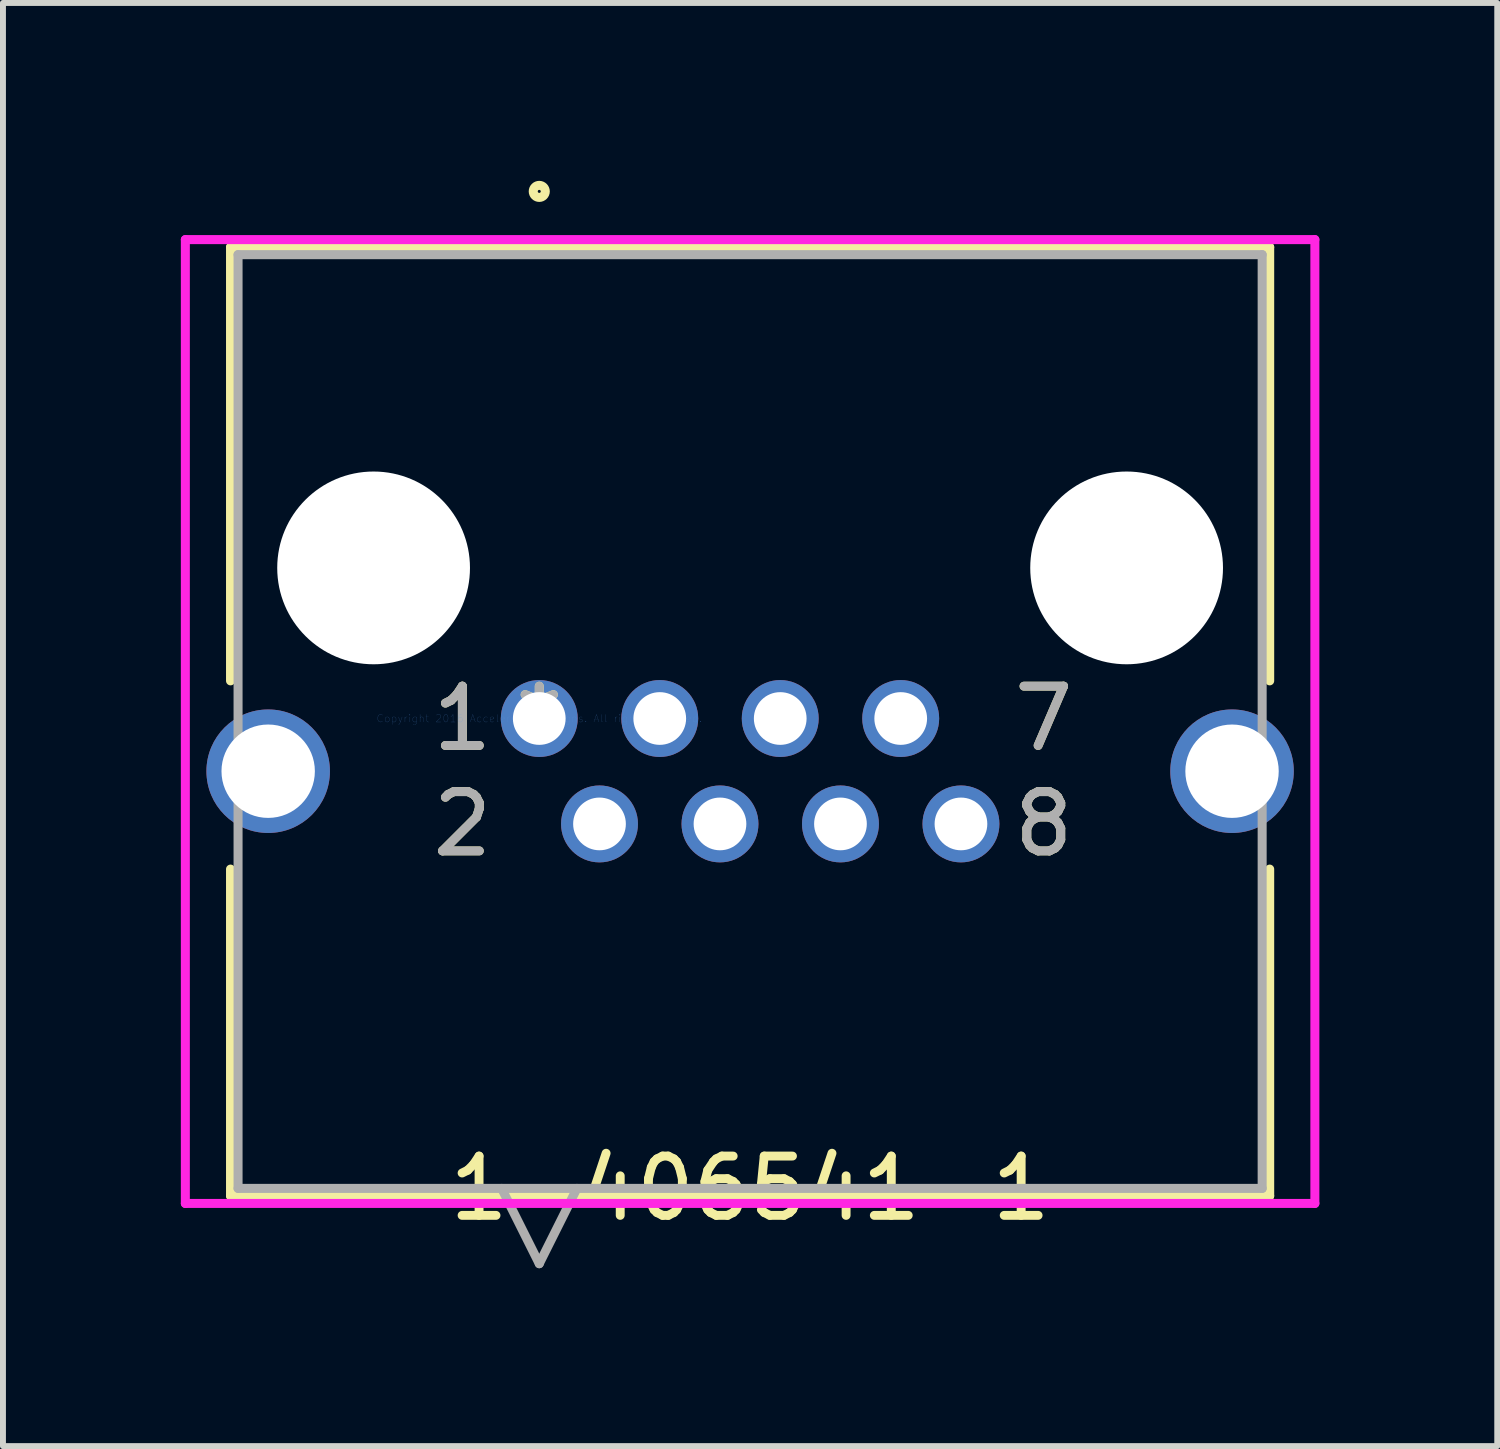
<source format=kicad_pcb>
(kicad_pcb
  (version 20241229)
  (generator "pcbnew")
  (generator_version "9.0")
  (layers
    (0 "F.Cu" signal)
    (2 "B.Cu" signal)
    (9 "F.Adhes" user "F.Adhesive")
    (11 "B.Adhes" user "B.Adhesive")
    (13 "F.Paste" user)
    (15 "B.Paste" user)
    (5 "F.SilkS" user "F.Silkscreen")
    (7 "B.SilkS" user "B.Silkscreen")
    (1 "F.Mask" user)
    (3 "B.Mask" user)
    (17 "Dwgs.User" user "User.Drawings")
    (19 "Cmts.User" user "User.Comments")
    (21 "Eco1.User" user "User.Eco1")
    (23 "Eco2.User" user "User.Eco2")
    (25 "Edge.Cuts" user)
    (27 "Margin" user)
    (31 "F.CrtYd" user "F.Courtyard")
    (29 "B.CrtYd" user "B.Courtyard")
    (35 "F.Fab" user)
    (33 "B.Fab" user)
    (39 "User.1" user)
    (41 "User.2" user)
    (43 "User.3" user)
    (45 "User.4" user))
  (footprint "1-406541-1"
    (layer "F.Cu")
    (at 6.045 9.068)
    (property "Reference" "1-406541-1" (at 3.556 7.925 0) (layer "F.SilkS") (effects (font (size 1 1) (thickness 0.15))))
    (attr through_hole)
    (fp_line (start -5.207 -7.95) (end -5.207 -0.635) (stroke (width 0.152) (type solid)) (layer "F.SilkS"))
    (fp_line (start -5.207 8.052) (end -5.207 2.54) (stroke (width 0.152) (type solid)) (layer "F.SilkS"))
    (fp_line (start -5.207 8.052) (end 12.319 8.052) (stroke (width 0.152) (type solid)) (layer "F.SilkS"))
    (fp_line (start 12.319 -7.95) (end -5.207 -7.95) (stroke (width 0.152) (type solid)) (layer "F.SilkS"))
    (fp_line (start 12.319 -0.635) (end 12.319 -7.95) (stroke (width 0.152) (type solid)) (layer "F.SilkS"))
    (fp_line (start 12.319 8.052) (end 12.319 2.54) (stroke (width 0.152) (type solid)) (layer "F.SilkS"))
    (fp_arc (start -0.1016 -8.89) (mid 0.1016 -8.89) (end -0.1016 -8.89) (stroke (width 0.1524) (type solid)) (layer "F.SilkS"))
    (fp_line (start -5.969 -8.077) (end -5.969 8.179) (stroke (width 0.152) (type solid)) (layer "F.CrtYd"))
    (fp_line (start -5.969 8.179) (end 13.081 8.179) (stroke (width 0.152) (type solid)) (layer "F.CrtYd"))
    (fp_line (start 13.081 -8.077) (end -5.969 -8.077) (stroke (width 0.152) (type solid)) (layer "F.CrtYd"))
    (fp_line (start 13.081 8.179) (end 13.081 -8.077) (stroke (width 0.152) (type solid)) (layer "F.CrtYd"))
    (fp_line (start -5.08 -7.823) (end -5.08 7.925) (stroke (width 0.152) (type solid)) (layer "F.Fab"))
    (fp_line (start -5.08 7.925) (end 12.192 7.925) (stroke (width 0.152) (type solid)) (layer "F.Fab"))
    (fp_line (start -0.635 7.925) (end 0 9.195) (stroke (width 0.152) (type solid)) (layer "F.Fab"))
    (fp_line (start 0.635 7.925) (end 0 9.195) (stroke (width 0.152) (type solid)) (layer "F.Fab"))
    (fp_line (start 12.192 -7.823) (end -5.08 -7.823) (stroke (width 0.152) (type solid)) (layer "F.Fab"))
    (fp_line (start 12.192 7.925) (end 12.192 -7.823) (stroke (width 0.152) (type solid)) (layer "F.Fab"))
    (fp_text user "8" (at 8.509 1.778 0) (layer "F.SilkS") (effects (font (size 1 1) (thickness 0.15))))
    (fp_text user "*" (at 0 0 0) (layer "F.SilkS") (effects (font (size 1 1) (thickness 0.15))))
    (fp_text user "7" (at 8.509 0 0) (layer "F.SilkS") (effects (font (size 1 1) (thickness 0.15))))
    (fp_text user "1" (at -1.297 0 0) (layer "F.SilkS") (effects (font (size 1 1) (thickness 0.15))))
    (fp_text user "2" (at -1.297 1.778 0) (layer "F.SilkS") (effects (font (size 1 1) (thickness 0.15))))
    (fp_text user "Copyright 2016 Accelerated Designs. All rights reserved." (at 0 0 0) (layer "Cmts.User") (effects (font (size 0.127 0.127) (thickness 0.002))))
    (fp_text user "2" (at -1.297 1.778 0) (layer "F.Fab") (effects (font (size 1 1) (thickness 0.15))))
    (fp_text user "8" (at 8.509 1.778 0) (layer "F.Fab") (effects (font (size 1 1) (thickness 0.15))))
    (fp_text user "1" (at -1.297 0 0) (layer "F.Fab") (effects (font (size 1 1) (thickness 0.15))))
    (fp_text user "*" (at 0 0 0) (layer "F.Fab") (effects (font (size 1 1) (thickness 0.15))))
    (fp_text user "7" (at 8.509 0 0) (layer "F.Fab") (effects (font (size 1 1) (thickness 0.15))))
    (pad "" np_thru_hole circle (at -2.794 -2.54) (size 3.251 3.251) (drill 3.251) (layers "*.Cu" "*.Mask"))
    (pad "" np_thru_hole circle (at 9.906 -2.54) (size 3.251 3.251) (drill 3.251) (layers "*.Cu" "*.Mask"))
    (pad "1" thru_hole circle (at 0 0) (size 1.297 1.297) (drill 0.889) (layers "*.Cu" "*.Mask"))
    (pad "2" thru_hole circle (at 1.016 1.778) (size 1.297 1.297) (drill 0.889) (layers "*.Cu" "*.Mask"))
    (pad "3" thru_hole circle (at 2.032 0) (size 1.297 1.297) (drill 0.889) (layers "*.Cu" "*.Mask"))
    (pad "4" thru_hole circle (at 3.048 1.778) (size 1.297 1.297) (drill 0.889) (layers "*.Cu" "*.Mask"))
    (pad "5" thru_hole circle (at 4.064 0) (size 1.297 1.297) (drill 0.889) (layers "*.Cu" "*.Mask"))
    (pad "6" thru_hole circle (at 5.08 1.778) (size 1.297 1.297) (drill 0.889) (layers "*.Cu" "*.Mask"))
    (pad "7" thru_hole circle (at 6.096 0) (size 1.297 1.297) (drill 0.889) (layers "*.Cu" "*.Mask"))
    (pad "8" thru_hole circle (at 7.112 1.778) (size 1.297 1.297) (drill 0.889) (layers "*.Cu" "*.Mask"))
    (pad "9" thru_hole circle (at -4.572 0.889) (size 2.083 2.083) (drill 1.575) (layers "*.Cu" "*.Mask"))
    (pad "10" thru_hole circle (at 11.684 0.889) (size 2.083 2.083) (drill 1.575) (layers "*.Cu" "*.Mask")))
  (gr_rect
    (start -3 -3)
    (end 22.202 21.339)
    (stroke (width 0.1) (type default))
    (fill no)
    (layer "Edge.Cuts")))
</source>
